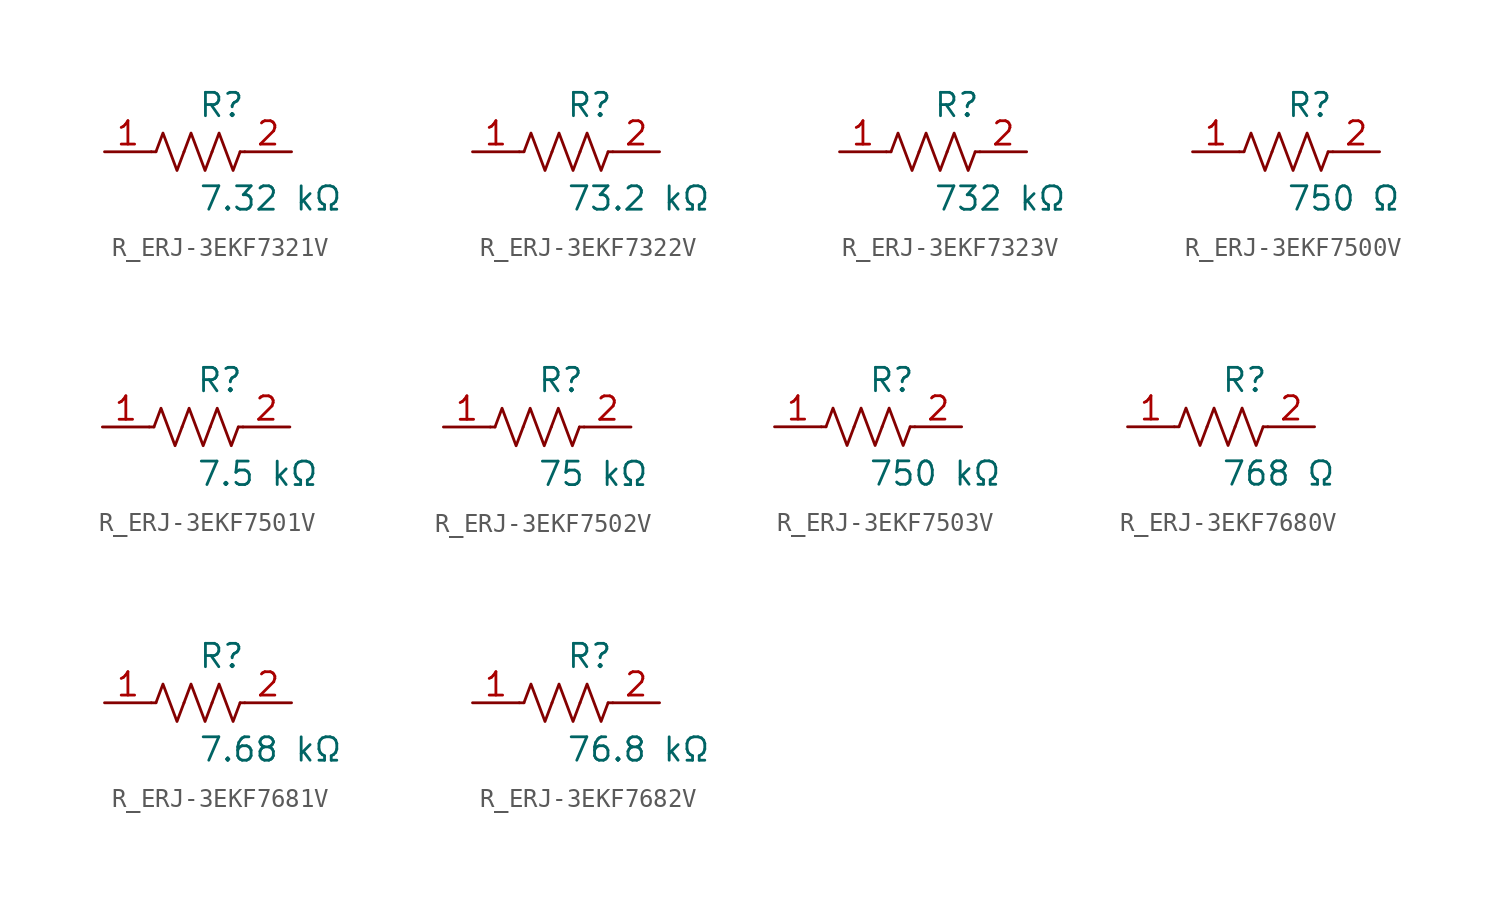
<source format=kicad_sym>
(kicad_symbol_lib
  (version 20231120)
  (generator kicad_symbol_editor)
  (generator_version 8.0)
  (symbol "R_ERJ-3EKF7321V"
    (pin_names
      (offset 0.254))
    (property "Reference" "R"
      (at 0.0 2.54 0)
      (effects (font (size 1.27 1.27)) (justify left)))
    (property "Value" "7.32 kΩ"
      (at 0.0 -2.54 0)
      (effects (font (size 1.27 1.27)) (justify left)))
    (symbol "R_ERJ-3EKF7321V_0_1"
      (polyline (pts (xy 2.286 0) (xy 2.54 0)) (stroke (width 0) (type default)) (fill (type none)))
      (polyline (pts (xy -2.286 0) (xy -2.54 0)) (stroke (width 0) (type default)) (fill (type none)))
      (polyline (pts (xy 0.762 0) (xy 1.143 1.016) (xy 1.524 0) (xy 1.905 -1.016) (xy 2.286 0)) (stroke (width 0) (type default)) (fill (type none)))
      (polyline (pts (xy -0.762 0) (xy -0.381 1.016) (xy 0 0) (xy 0.381 -1.016) (xy 0.762 0)) (stroke (width 0) (type default)) (fill (type none)))
      (polyline (pts (xy -2.286 0) (xy -1.905 1.016) (xy -1.524 0) (xy -1.143 -1.016) (xy -0.762 0)) (stroke (width 0) (type default)) (fill (type none))))
    (pin unspecified line
      (at -5.08 0 0)
      (length 2.54)
      (name "" (effects (font (size 1.27 1.27))))
      (number "1" (effects (font (size 1.27 1.27)))))
    (pin unspecified line
      (at 5.08 0 180)
      (length 2.54)
      (name "" (effects (font (size 1.27 1.27))))
      (number "2" (effects (font (size 1.27 1.27))))))
  (symbol "R_ERJ-3EKF7322V"
    (pin_names
      (offset 0.254))
    (property "Reference" "R"
      (at 0.0 2.54 0)
      (effects (font (size 1.27 1.27)) (justify left)))
    (property "Value" "73.2 kΩ"
      (at 0.0 -2.54 0)
      (effects (font (size 1.27 1.27)) (justify left)))
    (symbol "R_ERJ-3EKF7322V_0_1"
      (polyline (pts (xy 2.286 0) (xy 2.54 0)) (stroke (width 0) (type default)) (fill (type none)))
      (polyline (pts (xy -2.286 0) (xy -2.54 0)) (stroke (width 0) (type default)) (fill (type none)))
      (polyline (pts (xy 0.762 0) (xy 1.143 1.016) (xy 1.524 0) (xy 1.905 -1.016) (xy 2.286 0)) (stroke (width 0) (type default)) (fill (type none)))
      (polyline (pts (xy -0.762 0) (xy -0.381 1.016) (xy 0 0) (xy 0.381 -1.016) (xy 0.762 0)) (stroke (width 0) (type default)) (fill (type none)))
      (polyline (pts (xy -2.286 0) (xy -1.905 1.016) (xy -1.524 0) (xy -1.143 -1.016) (xy -0.762 0)) (stroke (width 0) (type default)) (fill (type none))))
    (pin unspecified line
      (at -5.08 0 0)
      (length 2.54)
      (name "" (effects (font (size 1.27 1.27))))
      (number "1" (effects (font (size 1.27 1.27)))))
    (pin unspecified line
      (at 5.08 0 180)
      (length 2.54)
      (name "" (effects (font (size 1.27 1.27))))
      (number "2" (effects (font (size 1.27 1.27))))))
  (symbol "R_ERJ-3EKF7323V"
    (pin_names
      (offset 0.254))
    (property "Reference" "R"
      (at 0.0 2.54 0)
      (effects (font (size 1.27 1.27)) (justify left)))
    (property "Value" "732 kΩ"
      (at 0.0 -2.54 0)
      (effects (font (size 1.27 1.27)) (justify left)))
    (symbol "R_ERJ-3EKF7323V_0_1"
      (polyline (pts (xy 2.286 0) (xy 2.54 0)) (stroke (width 0) (type default)) (fill (type none)))
      (polyline (pts (xy -2.286 0) (xy -2.54 0)) (stroke (width 0) (type default)) (fill (type none)))
      (polyline (pts (xy 0.762 0) (xy 1.143 1.016) (xy 1.524 0) (xy 1.905 -1.016) (xy 2.286 0)) (stroke (width 0) (type default)) (fill (type none)))
      (polyline (pts (xy -0.762 0) (xy -0.381 1.016) (xy 0 0) (xy 0.381 -1.016) (xy 0.762 0)) (stroke (width 0) (type default)) (fill (type none)))
      (polyline (pts (xy -2.286 0) (xy -1.905 1.016) (xy -1.524 0) (xy -1.143 -1.016) (xy -0.762 0)) (stroke (width 0) (type default)) (fill (type none))))
    (pin unspecified line
      (at -5.08 0 0)
      (length 2.54)
      (name "" (effects (font (size 1.27 1.27))))
      (number "1" (effects (font (size 1.27 1.27)))))
    (pin unspecified line
      (at 5.08 0 180)
      (length 2.54)
      (name "" (effects (font (size 1.27 1.27))))
      (number "2" (effects (font (size 1.27 1.27))))))
  (symbol "R_ERJ-3EKF7500V"
    (pin_names
      (offset 0.254))
    (property "Reference" "R"
      (at 0.0 2.54 0)
      (effects (font (size 1.27 1.27)) (justify left)))
    (property "Value" "750 Ω"
      (at 0.0 -2.54 0)
      (effects (font (size 1.27 1.27)) (justify left)))
    (symbol "R_ERJ-3EKF7500V_0_1"
      (polyline (pts (xy 2.286 0) (xy 2.54 0)) (stroke (width 0) (type default)) (fill (type none)))
      (polyline (pts (xy -2.286 0) (xy -2.54 0)) (stroke (width 0) (type default)) (fill (type none)))
      (polyline (pts (xy 0.762 0) (xy 1.143 1.016) (xy 1.524 0) (xy 1.905 -1.016) (xy 2.286 0)) (stroke (width 0) (type default)) (fill (type none)))
      (polyline (pts (xy -0.762 0) (xy -0.381 1.016) (xy 0 0) (xy 0.381 -1.016) (xy 0.762 0)) (stroke (width 0) (type default)) (fill (type none)))
      (polyline (pts (xy -2.286 0) (xy -1.905 1.016) (xy -1.524 0) (xy -1.143 -1.016) (xy -0.762 0)) (stroke (width 0) (type default)) (fill (type none))))
    (pin unspecified line
      (at -5.08 0 0)
      (length 2.54)
      (name "" (effects (font (size 1.27 1.27))))
      (number "1" (effects (font (size 1.27 1.27)))))
    (pin unspecified line
      (at 5.08 0 180)
      (length 2.54)
      (name "" (effects (font (size 1.27 1.27))))
      (number "2" (effects (font (size 1.27 1.27))))))
  (symbol "R_ERJ-3EKF7501V"
    (pin_names
      (offset 0.254))
    (property "Reference" "R"
      (at 0.0 2.54 0)
      (effects (font (size 1.27 1.27)) (justify left)))
    (property "Value" "7.5 kΩ"
      (at 0.0 -2.54 0)
      (effects (font (size 1.27 1.27)) (justify left)))
    (symbol "R_ERJ-3EKF7501V_0_1"
      (polyline (pts (xy 2.286 0) (xy 2.54 0)) (stroke (width 0) (type default)) (fill (type none)))
      (polyline (pts (xy -2.286 0) (xy -2.54 0)) (stroke (width 0) (type default)) (fill (type none)))
      (polyline (pts (xy 0.762 0) (xy 1.143 1.016) (xy 1.524 0) (xy 1.905 -1.016) (xy 2.286 0)) (stroke (width 0) (type default)) (fill (type none)))
      (polyline (pts (xy -0.762 0) (xy -0.381 1.016) (xy 0 0) (xy 0.381 -1.016) (xy 0.762 0)) (stroke (width 0) (type default)) (fill (type none)))
      (polyline (pts (xy -2.286 0) (xy -1.905 1.016) (xy -1.524 0) (xy -1.143 -1.016) (xy -0.762 0)) (stroke (width 0) (type default)) (fill (type none))))
    (pin unspecified line
      (at -5.08 0 0)
      (length 2.54)
      (name "" (effects (font (size 1.27 1.27))))
      (number "1" (effects (font (size 1.27 1.27)))))
    (pin unspecified line
      (at 5.08 0 180)
      (length 2.54)
      (name "" (effects (font (size 1.27 1.27))))
      (number "2" (effects (font (size 1.27 1.27))))))
  (symbol "R_ERJ-3EKF7502V"
    (pin_names
      (offset 0.254))
    (property "Reference" "R"
      (at 0.0 2.54 0)
      (effects (font (size 1.27 1.27)) (justify left)))
    (property "Value" "75 kΩ"
      (at 0.0 -2.54 0)
      (effects (font (size 1.27 1.27)) (justify left)))
    (symbol "R_ERJ-3EKF7502V_0_1"
      (polyline (pts (xy 2.286 0) (xy 2.54 0)) (stroke (width 0) (type default)) (fill (type none)))
      (polyline (pts (xy -2.286 0) (xy -2.54 0)) (stroke (width 0) (type default)) (fill (type none)))
      (polyline (pts (xy 0.762 0) (xy 1.143 1.016) (xy 1.524 0) (xy 1.905 -1.016) (xy 2.286 0)) (stroke (width 0) (type default)) (fill (type none)))
      (polyline (pts (xy -0.762 0) (xy -0.381 1.016) (xy 0 0) (xy 0.381 -1.016) (xy 0.762 0)) (stroke (width 0) (type default)) (fill (type none)))
      (polyline (pts (xy -2.286 0) (xy -1.905 1.016) (xy -1.524 0) (xy -1.143 -1.016) (xy -0.762 0)) (stroke (width 0) (type default)) (fill (type none))))
    (pin unspecified line
      (at -5.08 0 0)
      (length 2.54)
      (name "" (effects (font (size 1.27 1.27))))
      (number "1" (effects (font (size 1.27 1.27)))))
    (pin unspecified line
      (at 5.08 0 180)
      (length 2.54)
      (name "" (effects (font (size 1.27 1.27))))
      (number "2" (effects (font (size 1.27 1.27))))))
  (symbol "R_ERJ-3EKF7503V"
    (pin_names
      (offset 0.254))
    (property "Reference" "R"
      (at 0.0 2.54 0)
      (effects (font (size 1.27 1.27)) (justify left)))
    (property "Value" "750 kΩ"
      (at 0.0 -2.54 0)
      (effects (font (size 1.27 1.27)) (justify left)))
    (symbol "R_ERJ-3EKF7503V_0_1"
      (polyline (pts (xy 2.286 0) (xy 2.54 0)) (stroke (width 0) (type default)) (fill (type none)))
      (polyline (pts (xy -2.286 0) (xy -2.54 0)) (stroke (width 0) (type default)) (fill (type none)))
      (polyline (pts (xy 0.762 0) (xy 1.143 1.016) (xy 1.524 0) (xy 1.905 -1.016) (xy 2.286 0)) (stroke (width 0) (type default)) (fill (type none)))
      (polyline (pts (xy -0.762 0) (xy -0.381 1.016) (xy 0 0) (xy 0.381 -1.016) (xy 0.762 0)) (stroke (width 0) (type default)) (fill (type none)))
      (polyline (pts (xy -2.286 0) (xy -1.905 1.016) (xy -1.524 0) (xy -1.143 -1.016) (xy -0.762 0)) (stroke (width 0) (type default)) (fill (type none))))
    (pin unspecified line
      (at -5.08 0 0)
      (length 2.54)
      (name "" (effects (font (size 1.27 1.27))))
      (number "1" (effects (font (size 1.27 1.27)))))
    (pin unspecified line
      (at 5.08 0 180)
      (length 2.54)
      (name "" (effects (font (size 1.27 1.27))))
      (number "2" (effects (font (size 1.27 1.27))))))
  (symbol "R_ERJ-3EKF7680V"
    (pin_names
      (offset 0.254))
    (property "Reference" "R"
      (at 0.0 2.54 0)
      (effects (font (size 1.27 1.27)) (justify left)))
    (property "Value" "768 Ω"
      (at 0.0 -2.54 0)
      (effects (font (size 1.27 1.27)) (justify left)))
    (symbol "R_ERJ-3EKF7680V_0_1"
      (polyline (pts (xy 2.286 0) (xy 2.54 0)) (stroke (width 0) (type default)) (fill (type none)))
      (polyline (pts (xy -2.286 0) (xy -2.54 0)) (stroke (width 0) (type default)) (fill (type none)))
      (polyline (pts (xy 0.762 0) (xy 1.143 1.016) (xy 1.524 0) (xy 1.905 -1.016) (xy 2.286 0)) (stroke (width 0) (type default)) (fill (type none)))
      (polyline (pts (xy -0.762 0) (xy -0.381 1.016) (xy 0 0) (xy 0.381 -1.016) (xy 0.762 0)) (stroke (width 0) (type default)) (fill (type none)))
      (polyline (pts (xy -2.286 0) (xy -1.905 1.016) (xy -1.524 0) (xy -1.143 -1.016) (xy -0.762 0)) (stroke (width 0) (type default)) (fill (type none))))
    (pin unspecified line
      (at -5.08 0 0)
      (length 2.54)
      (name "" (effects (font (size 1.27 1.27))))
      (number "1" (effects (font (size 1.27 1.27)))))
    (pin unspecified line
      (at 5.08 0 180)
      (length 2.54)
      (name "" (effects (font (size 1.27 1.27))))
      (number "2" (effects (font (size 1.27 1.27))))))
  (symbol "R_ERJ-3EKF7681V"
    (pin_names
      (offset 0.254))
    (property "Reference" "R"
      (at 0.0 2.54 0)
      (effects (font (size 1.27 1.27)) (justify left)))
    (property "Value" "7.68 kΩ"
      (at 0.0 -2.54 0)
      (effects (font (size 1.27 1.27)) (justify left)))
    (symbol "R_ERJ-3EKF7681V_0_1"
      (polyline (pts (xy 2.286 0) (xy 2.54 0)) (stroke (width 0) (type default)) (fill (type none)))
      (polyline (pts (xy -2.286 0) (xy -2.54 0)) (stroke (width 0) (type default)) (fill (type none)))
      (polyline (pts (xy 0.762 0) (xy 1.143 1.016) (xy 1.524 0) (xy 1.905 -1.016) (xy 2.286 0)) (stroke (width 0) (type default)) (fill (type none)))
      (polyline (pts (xy -0.762 0) (xy -0.381 1.016) (xy 0 0) (xy 0.381 -1.016) (xy 0.762 0)) (stroke (width 0) (type default)) (fill (type none)))
      (polyline (pts (xy -2.286 0) (xy -1.905 1.016) (xy -1.524 0) (xy -1.143 -1.016) (xy -0.762 0)) (stroke (width 0) (type default)) (fill (type none))))
    (pin unspecified line
      (at -5.08 0 0)
      (length 2.54)
      (name "" (effects (font (size 1.27 1.27))))
      (number "1" (effects (font (size 1.27 1.27)))))
    (pin unspecified line
      (at 5.08 0 180)
      (length 2.54)
      (name "" (effects (font (size 1.27 1.27))))
      (number "2" (effects (font (size 1.27 1.27))))))
  (symbol "R_ERJ-3EKF7682V"
    (pin_names
      (offset 0.254))
    (property "Reference" "R"
      (at 0.0 2.54 0)
      (effects (font (size 1.27 1.27)) (justify left)))
    (property "Value" "76.8 kΩ"
      (at 0.0 -2.54 0)
      (effects (font (size 1.27 1.27)) (justify left)))
    (symbol "R_ERJ-3EKF7682V_0_1"
      (polyline (pts (xy 2.286 0) (xy 2.54 0)) (stroke (width 0) (type default)) (fill (type none)))
      (polyline (pts (xy -2.286 0) (xy -2.54 0)) (stroke (width 0) (type default)) (fill (type none)))
      (polyline (pts (xy 0.762 0) (xy 1.143 1.016) (xy 1.524 0) (xy 1.905 -1.016) (xy 2.286 0)) (stroke (width 0) (type default)) (fill (type none)))
      (polyline (pts (xy -0.762 0) (xy -0.381 1.016) (xy 0 0) (xy 0.381 -1.016) (xy 0.762 0)) (stroke (width 0) (type default)) (fill (type none)))
      (polyline (pts (xy -2.286 0) (xy -1.905 1.016) (xy -1.524 0) (xy -1.143 -1.016) (xy -0.762 0)) (stroke (width 0) (type default)) (fill (type none))))
    (pin unspecified line
      (at -5.08 0 0)
      (length 2.54)
      (name "" (effects (font (size 1.27 1.27))))
      (number "1" (effects (font (size 1.27 1.27)))))
    (pin unspecified line
      (at 5.08 0 180)
      (length 2.54)
      (name "" (effects (font (size 1.27 1.27))))
      (number "2" (effects (font (size 1.27 1.27)))))))
</source>
